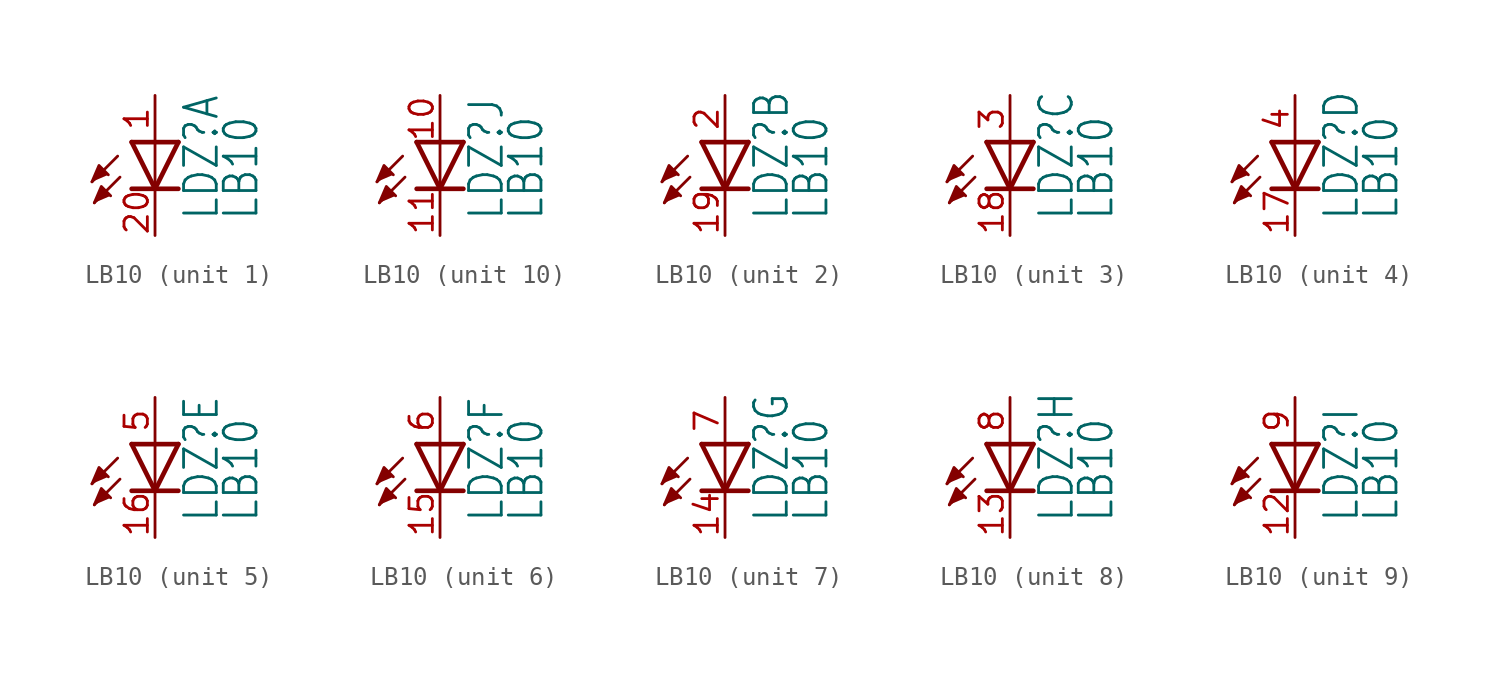
<source format=kicad_sym>
(kicad_symbol_lib
  (version 20211014)
  (generator kicad_symbol_editor)
  (symbol "LB10"
    (property "Reference" "LDZ"
      (at 3.556 -4.318 90)
      (effects (font (size 1.778 1.511)) (justify left bottom)))
    (property "Value" "LB10"
      (at 5.715 -4.318 90)
      (effects (font (size 1.778 1.511)) (justify left bottom)))
    (property "ki_locked" ""
      (at 0 0 0)
      (effects (font (size 1.27 1.27))))
    (symbol "LB10_1_0"
      (polyline (pts (xy -2.032 -0.762) (xy -3.429 -2.159)) (stroke (width 0.152) (type default) (color 0 0 0 0)) (fill (type none)))
      (polyline (pts (xy -1.905 -1.905) (xy -3.302 -3.302)) (stroke (width 0.152) (type default) (color 0 0 0 0)) (fill (type none)))
      (polyline (pts (xy 0 -2.54) (xy -1.27 -2.54)) (stroke (width 0.254) (type default) (color 0 0 0 0)) (fill (type none)))
      (polyline (pts (xy 0 -2.54) (xy -1.27 0)) (stroke (width 0.254) (type default) (color 0 0 0 0)) (fill (type none)))
      (polyline (pts (xy 0 0) (xy -1.27 0)) (stroke (width 0.254) (type default) (color 0 0 0 0)) (fill (type none)))
      (polyline (pts (xy 0 0) (xy 0 -2.54)) (stroke (width 0.152) (type default) (color 0 0 0 0)) (fill (type none)))
      (polyline (pts (xy 1.27 -2.54) (xy 0 -2.54)) (stroke (width 0.254) (type default) (color 0 0 0 0)) (fill (type none)))
      (polyline (pts (xy 1.27 0) (xy 0 -2.54)) (stroke (width 0.254) (type default) (color 0 0 0 0)) (fill (type none)))
      (polyline (pts (xy 1.27 0) (xy 0 0)) (stroke (width 0.254) (type default) (color 0 0 0 0)) (fill (type none)))
      (polyline (pts (xy -3.429 -2.159) (xy -3.048 -1.27) (xy -2.54 -1.778)) (stroke (width 0) (type default) (color 0 0 0 0)) (fill (type outline)))
      (polyline (pts (xy -3.302 -3.302) (xy -2.921 -2.413) (xy -2.413 -2.921)) (stroke (width 0) (type default) (color 0 0 0 0)) (fill (type outline)))
      (pin passive line (at 0 2.54 270) (length 2.54) (name "A" (effects (font (size 0 0)))) (number "1" (effects (font (size 1.27 1.27)))))
      (pin passive line (at 0 -5.08 90) (length 2.54) (name "C" (effects (font (size 0 0)))) (number "20" (effects (font (size 1.27 1.27))))))
    (symbol "LB10_2_0"
      (polyline (pts (xy -2.032 -0.762) (xy -3.429 -2.159)) (stroke (width 0.152) (type default) (color 0 0 0 0)) (fill (type none)))
      (polyline (pts (xy -1.905 -1.905) (xy -3.302 -3.302)) (stroke (width 0.152) (type default) (color 0 0 0 0)) (fill (type none)))
      (polyline (pts (xy 0 -2.54) (xy -1.27 -2.54)) (stroke (width 0.254) (type default) (color 0 0 0 0)) (fill (type none)))
      (polyline (pts (xy 0 -2.54) (xy -1.27 0)) (stroke (width 0.254) (type default) (color 0 0 0 0)) (fill (type none)))
      (polyline (pts (xy 0 0) (xy -1.27 0)) (stroke (width 0.254) (type default) (color 0 0 0 0)) (fill (type none)))
      (polyline (pts (xy 0 0) (xy 0 -2.54)) (stroke (width 0.152) (type default) (color 0 0 0 0)) (fill (type none)))
      (polyline (pts (xy 1.27 -2.54) (xy 0 -2.54)) (stroke (width 0.254) (type default) (color 0 0 0 0)) (fill (type none)))
      (polyline (pts (xy 1.27 0) (xy 0 -2.54)) (stroke (width 0.254) (type default) (color 0 0 0 0)) (fill (type none)))
      (polyline (pts (xy 1.27 0) (xy 0 0)) (stroke (width 0.254) (type default) (color 0 0 0 0)) (fill (type none)))
      (polyline (pts (xy -3.429 -2.159) (xy -3.048 -1.27) (xy -2.54 -1.778)) (stroke (width 0) (type default) (color 0 0 0 0)) (fill (type outline)))
      (polyline (pts (xy -3.302 -3.302) (xy -2.921 -2.413) (xy -2.413 -2.921)) (stroke (width 0) (type default) (color 0 0 0 0)) (fill (type outline)))
      (pin passive line (at 0 -5.08 90) (length 2.54) (name "C" (effects (font (size 0 0)))) (number "19" (effects (font (size 1.27 1.27)))))
      (pin passive line (at 0 2.54 270) (length 2.54) (name "A" (effects (font (size 0 0)))) (number "2" (effects (font (size 1.27 1.27))))))
    (symbol "LB10_3_0"
      (polyline (pts (xy -2.032 -0.762) (xy -3.429 -2.159)) (stroke (width 0.152) (type default) (color 0 0 0 0)) (fill (type none)))
      (polyline (pts (xy -1.905 -1.905) (xy -3.302 -3.302)) (stroke (width 0.152) (type default) (color 0 0 0 0)) (fill (type none)))
      (polyline (pts (xy 0 -2.54) (xy -1.27 -2.54)) (stroke (width 0.254) (type default) (color 0 0 0 0)) (fill (type none)))
      (polyline (pts (xy 0 -2.54) (xy -1.27 0)) (stroke (width 0.254) (type default) (color 0 0 0 0)) (fill (type none)))
      (polyline (pts (xy 0 0) (xy -1.27 0)) (stroke (width 0.254) (type default) (color 0 0 0 0)) (fill (type none)))
      (polyline (pts (xy 0 0) (xy 0 -2.54)) (stroke (width 0.152) (type default) (color 0 0 0 0)) (fill (type none)))
      (polyline (pts (xy 1.27 -2.54) (xy 0 -2.54)) (stroke (width 0.254) (type default) (color 0 0 0 0)) (fill (type none)))
      (polyline (pts (xy 1.27 0) (xy 0 -2.54)) (stroke (width 0.254) (type default) (color 0 0 0 0)) (fill (type none)))
      (polyline (pts (xy 1.27 0) (xy 0 0)) (stroke (width 0.254) (type default) (color 0 0 0 0)) (fill (type none)))
      (polyline (pts (xy -3.429 -2.159) (xy -3.048 -1.27) (xy -2.54 -1.778)) (stroke (width 0) (type default) (color 0 0 0 0)) (fill (type outline)))
      (polyline (pts (xy -3.302 -3.302) (xy -2.921 -2.413) (xy -2.413 -2.921)) (stroke (width 0) (type default) (color 0 0 0 0)) (fill (type outline)))
      (pin passive line (at 0 -5.08 90) (length 2.54) (name "C" (effects (font (size 0 0)))) (number "18" (effects (font (size 1.27 1.27)))))
      (pin passive line (at 0 2.54 270) (length 2.54) (name "A" (effects (font (size 0 0)))) (number "3" (effects (font (size 1.27 1.27))))))
    (symbol "LB10_4_0"
      (polyline (pts (xy -2.032 -0.762) (xy -3.429 -2.159)) (stroke (width 0.152) (type default) (color 0 0 0 0)) (fill (type none)))
      (polyline (pts (xy -1.905 -1.905) (xy -3.302 -3.302)) (stroke (width 0.152) (type default) (color 0 0 0 0)) (fill (type none)))
      (polyline (pts (xy 0 -2.54) (xy -1.27 -2.54)) (stroke (width 0.254) (type default) (color 0 0 0 0)) (fill (type none)))
      (polyline (pts (xy 0 -2.54) (xy -1.27 0)) (stroke (width 0.254) (type default) (color 0 0 0 0)) (fill (type none)))
      (polyline (pts (xy 0 0) (xy -1.27 0)) (stroke (width 0.254) (type default) (color 0 0 0 0)) (fill (type none)))
      (polyline (pts (xy 0 0) (xy 0 -2.54)) (stroke (width 0.152) (type default) (color 0 0 0 0)) (fill (type none)))
      (polyline (pts (xy 1.27 -2.54) (xy 0 -2.54)) (stroke (width 0.254) (type default) (color 0 0 0 0)) (fill (type none)))
      (polyline (pts (xy 1.27 0) (xy 0 -2.54)) (stroke (width 0.254) (type default) (color 0 0 0 0)) (fill (type none)))
      (polyline (pts (xy 1.27 0) (xy 0 0)) (stroke (width 0.254) (type default) (color 0 0 0 0)) (fill (type none)))
      (polyline (pts (xy -3.429 -2.159) (xy -3.048 -1.27) (xy -2.54 -1.778)) (stroke (width 0) (type default) (color 0 0 0 0)) (fill (type outline)))
      (polyline (pts (xy -3.302 -3.302) (xy -2.921 -2.413) (xy -2.413 -2.921)) (stroke (width 0) (type default) (color 0 0 0 0)) (fill (type outline)))
      (pin passive line (at 0 -5.08 90) (length 2.54) (name "C" (effects (font (size 0 0)))) (number "17" (effects (font (size 1.27 1.27)))))
      (pin passive line (at 0 2.54 270) (length 2.54) (name "A" (effects (font (size 0 0)))) (number "4" (effects (font (size 1.27 1.27))))))
    (symbol "LB10_5_0"
      (polyline (pts (xy -2.032 -0.762) (xy -3.429 -2.159)) (stroke (width 0.152) (type default) (color 0 0 0 0)) (fill (type none)))
      (polyline (pts (xy -1.905 -1.905) (xy -3.302 -3.302)) (stroke (width 0.152) (type default) (color 0 0 0 0)) (fill (type none)))
      (polyline (pts (xy 0 -2.54) (xy -1.27 -2.54)) (stroke (width 0.254) (type default) (color 0 0 0 0)) (fill (type none)))
      (polyline (pts (xy 0 -2.54) (xy -1.27 0)) (stroke (width 0.254) (type default) (color 0 0 0 0)) (fill (type none)))
      (polyline (pts (xy 0 0) (xy -1.27 0)) (stroke (width 0.254) (type default) (color 0 0 0 0)) (fill (type none)))
      (polyline (pts (xy 0 0) (xy 0 -2.54)) (stroke (width 0.152) (type default) (color 0 0 0 0)) (fill (type none)))
      (polyline (pts (xy 1.27 -2.54) (xy 0 -2.54)) (stroke (width 0.254) (type default) (color 0 0 0 0)) (fill (type none)))
      (polyline (pts (xy 1.27 0) (xy 0 -2.54)) (stroke (width 0.254) (type default) (color 0 0 0 0)) (fill (type none)))
      (polyline (pts (xy 1.27 0) (xy 0 0)) (stroke (width 0.254) (type default) (color 0 0 0 0)) (fill (type none)))
      (polyline (pts (xy -3.429 -2.159) (xy -3.048 -1.27) (xy -2.54 -1.778)) (stroke (width 0) (type default) (color 0 0 0 0)) (fill (type outline)))
      (polyline (pts (xy -3.302 -3.302) (xy -2.921 -2.413) (xy -2.413 -2.921)) (stroke (width 0) (type default) (color 0 0 0 0)) (fill (type outline)))
      (pin passive line (at 0 -5.08 90) (length 2.54) (name "C" (effects (font (size 0 0)))) (number "16" (effects (font (size 1.27 1.27)))))
      (pin passive line (at 0 2.54 270) (length 2.54) (name "A" (effects (font (size 0 0)))) (number "5" (effects (font (size 1.27 1.27))))))
    (symbol "LB10_6_0"
      (polyline (pts (xy -2.032 -0.762) (xy -3.429 -2.159)) (stroke (width 0.152) (type default) (color 0 0 0 0)) (fill (type none)))
      (polyline (pts (xy -1.905 -1.905) (xy -3.302 -3.302)) (stroke (width 0.152) (type default) (color 0 0 0 0)) (fill (type none)))
      (polyline (pts (xy 0 -2.54) (xy -1.27 -2.54)) (stroke (width 0.254) (type default) (color 0 0 0 0)) (fill (type none)))
      (polyline (pts (xy 0 -2.54) (xy -1.27 0)) (stroke (width 0.254) (type default) (color 0 0 0 0)) (fill (type none)))
      (polyline (pts (xy 0 0) (xy -1.27 0)) (stroke (width 0.254) (type default) (color 0 0 0 0)) (fill (type none)))
      (polyline (pts (xy 0 0) (xy 0 -2.54)) (stroke (width 0.152) (type default) (color 0 0 0 0)) (fill (type none)))
      (polyline (pts (xy 1.27 -2.54) (xy 0 -2.54)) (stroke (width 0.254) (type default) (color 0 0 0 0)) (fill (type none)))
      (polyline (pts (xy 1.27 0) (xy 0 -2.54)) (stroke (width 0.254) (type default) (color 0 0 0 0)) (fill (type none)))
      (polyline (pts (xy 1.27 0) (xy 0 0)) (stroke (width 0.254) (type default) (color 0 0 0 0)) (fill (type none)))
      (polyline (pts (xy -3.429 -2.159) (xy -3.048 -1.27) (xy -2.54 -1.778)) (stroke (width 0) (type default) (color 0 0 0 0)) (fill (type outline)))
      (polyline (pts (xy -3.302 -3.302) (xy -2.921 -2.413) (xy -2.413 -2.921)) (stroke (width 0) (type default) (color 0 0 0 0)) (fill (type outline)))
      (pin passive line (at 0 -5.08 90) (length 2.54) (name "C" (effects (font (size 0 0)))) (number "15" (effects (font (size 1.27 1.27)))))
      (pin passive line (at 0 2.54 270) (length 2.54) (name "A" (effects (font (size 0 0)))) (number "6" (effects (font (size 1.27 1.27))))))
    (symbol "LB10_7_0"
      (polyline (pts (xy -2.032 -0.762) (xy -3.429 -2.159)) (stroke (width 0.152) (type default) (color 0 0 0 0)) (fill (type none)))
      (polyline (pts (xy -1.905 -1.905) (xy -3.302 -3.302)) (stroke (width 0.152) (type default) (color 0 0 0 0)) (fill (type none)))
      (polyline (pts (xy 0 -2.54) (xy -1.27 -2.54)) (stroke (width 0.254) (type default) (color 0 0 0 0)) (fill (type none)))
      (polyline (pts (xy 0 -2.54) (xy -1.27 0)) (stroke (width 0.254) (type default) (color 0 0 0 0)) (fill (type none)))
      (polyline (pts (xy 0 0) (xy -1.27 0)) (stroke (width 0.254) (type default) (color 0 0 0 0)) (fill (type none)))
      (polyline (pts (xy 0 0) (xy 0 -2.54)) (stroke (width 0.152) (type default) (color 0 0 0 0)) (fill (type none)))
      (polyline (pts (xy 1.27 -2.54) (xy 0 -2.54)) (stroke (width 0.254) (type default) (color 0 0 0 0)) (fill (type none)))
      (polyline (pts (xy 1.27 0) (xy 0 -2.54)) (stroke (width 0.254) (type default) (color 0 0 0 0)) (fill (type none)))
      (polyline (pts (xy 1.27 0) (xy 0 0)) (stroke (width 0.254) (type default) (color 0 0 0 0)) (fill (type none)))
      (polyline (pts (xy -3.429 -2.159) (xy -3.048 -1.27) (xy -2.54 -1.778)) (stroke (width 0) (type default) (color 0 0 0 0)) (fill (type outline)))
      (polyline (pts (xy -3.302 -3.302) (xy -2.921 -2.413) (xy -2.413 -2.921)) (stroke (width 0) (type default) (color 0 0 0 0)) (fill (type outline)))
      (pin passive line (at 0 -5.08 90) (length 2.54) (name "C" (effects (font (size 0 0)))) (number "14" (effects (font (size 1.27 1.27)))))
      (pin passive line (at 0 2.54 270) (length 2.54) (name "A" (effects (font (size 0 0)))) (number "7" (effects (font (size 1.27 1.27))))))
    (symbol "LB10_8_0"
      (polyline (pts (xy -2.032 -0.762) (xy -3.429 -2.159)) (stroke (width 0.152) (type default) (color 0 0 0 0)) (fill (type none)))
      (polyline (pts (xy -1.905 -1.905) (xy -3.302 -3.302)) (stroke (width 0.152) (type default) (color 0 0 0 0)) (fill (type none)))
      (polyline (pts (xy 0 -2.54) (xy -1.27 -2.54)) (stroke (width 0.254) (type default) (color 0 0 0 0)) (fill (type none)))
      (polyline (pts (xy 0 -2.54) (xy -1.27 0)) (stroke (width 0.254) (type default) (color 0 0 0 0)) (fill (type none)))
      (polyline (pts (xy 0 0) (xy -1.27 0)) (stroke (width 0.254) (type default) (color 0 0 0 0)) (fill (type none)))
      (polyline (pts (xy 0 0) (xy 0 -2.54)) (stroke (width 0.152) (type default) (color 0 0 0 0)) (fill (type none)))
      (polyline (pts (xy 1.27 -2.54) (xy 0 -2.54)) (stroke (width 0.254) (type default) (color 0 0 0 0)) (fill (type none)))
      (polyline (pts (xy 1.27 0) (xy 0 -2.54)) (stroke (width 0.254) (type default) (color 0 0 0 0)) (fill (type none)))
      (polyline (pts (xy 1.27 0) (xy 0 0)) (stroke (width 0.254) (type default) (color 0 0 0 0)) (fill (type none)))
      (polyline (pts (xy -3.429 -2.159) (xy -3.048 -1.27) (xy -2.54 -1.778)) (stroke (width 0) (type default) (color 0 0 0 0)) (fill (type outline)))
      (polyline (pts (xy -3.302 -3.302) (xy -2.921 -2.413) (xy -2.413 -2.921)) (stroke (width 0) (type default) (color 0 0 0 0)) (fill (type outline)))
      (pin passive line (at 0 -5.08 90) (length 2.54) (name "C" (effects (font (size 0 0)))) (number "13" (effects (font (size 1.27 1.27)))))
      (pin passive line (at 0 2.54 270) (length 2.54) (name "A" (effects (font (size 0 0)))) (number "8" (effects (font (size 1.27 1.27))))))
    (symbol "LB10_9_0"
      (polyline (pts (xy -2.032 -0.762) (xy -3.429 -2.159)) (stroke (width 0.152) (type default) (color 0 0 0 0)) (fill (type none)))
      (polyline (pts (xy -1.905 -1.905) (xy -3.302 -3.302)) (stroke (width 0.152) (type default) (color 0 0 0 0)) (fill (type none)))
      (polyline (pts (xy 0 -2.54) (xy -1.27 -2.54)) (stroke (width 0.254) (type default) (color 0 0 0 0)) (fill (type none)))
      (polyline (pts (xy 0 -2.54) (xy -1.27 0)) (stroke (width 0.254) (type default) (color 0 0 0 0)) (fill (type none)))
      (polyline (pts (xy 0 0) (xy -1.27 0)) (stroke (width 0.254) (type default) (color 0 0 0 0)) (fill (type none)))
      (polyline (pts (xy 0 0) (xy 0 -2.54)) (stroke (width 0.152) (type default) (color 0 0 0 0)) (fill (type none)))
      (polyline (pts (xy 1.27 -2.54) (xy 0 -2.54)) (stroke (width 0.254) (type default) (color 0 0 0 0)) (fill (type none)))
      (polyline (pts (xy 1.27 0) (xy 0 -2.54)) (stroke (width 0.254) (type default) (color 0 0 0 0)) (fill (type none)))
      (polyline (pts (xy 1.27 0) (xy 0 0)) (stroke (width 0.254) (type default) (color 0 0 0 0)) (fill (type none)))
      (polyline (pts (xy -3.429 -2.159) (xy -3.048 -1.27) (xy -2.54 -1.778)) (stroke (width 0) (type default) (color 0 0 0 0)) (fill (type outline)))
      (polyline (pts (xy -3.302 -3.302) (xy -2.921 -2.413) (xy -2.413 -2.921)) (stroke (width 0) (type default) (color 0 0 0 0)) (fill (type outline)))
      (pin passive line (at 0 -5.08 90) (length 2.54) (name "C" (effects (font (size 0 0)))) (number "12" (effects (font (size 1.27 1.27)))))
      (pin passive line (at 0 2.54 270) (length 2.54) (name "A" (effects (font (size 0 0)))) (number "9" (effects (font (size 1.27 1.27))))))
    (symbol "LB10_10_0"
      (polyline (pts (xy -2.032 -0.762) (xy -3.429 -2.159)) (stroke (width 0.152) (type default) (color 0 0 0 0)) (fill (type none)))
      (polyline (pts (xy -1.905 -1.905) (xy -3.302 -3.302)) (stroke (width 0.152) (type default) (color 0 0 0 0)) (fill (type none)))
      (polyline (pts (xy 0 -2.54) (xy -1.27 -2.54)) (stroke (width 0.254) (type default) (color 0 0 0 0)) (fill (type none)))
      (polyline (pts (xy 0 -2.54) (xy -1.27 0)) (stroke (width 0.254) (type default) (color 0 0 0 0)) (fill (type none)))
      (polyline (pts (xy 0 0) (xy -1.27 0)) (stroke (width 0.254) (type default) (color 0 0 0 0)) (fill (type none)))
      (polyline (pts (xy 0 0) (xy 0 -2.54)) (stroke (width 0.152) (type default) (color 0 0 0 0)) (fill (type none)))
      (polyline (pts (xy 1.27 -2.54) (xy 0 -2.54)) (stroke (width 0.254) (type default) (color 0 0 0 0)) (fill (type none)))
      (polyline (pts (xy 1.27 0) (xy 0 -2.54)) (stroke (width 0.254) (type default) (color 0 0 0 0)) (fill (type none)))
      (polyline (pts (xy 1.27 0) (xy 0 0)) (stroke (width 0.254) (type default) (color 0 0 0 0)) (fill (type none)))
      (polyline (pts (xy -3.429 -2.159) (xy -3.048 -1.27) (xy -2.54 -1.778)) (stroke (width 0) (type default) (color 0 0 0 0)) (fill (type outline)))
      (polyline (pts (xy -3.302 -3.302) (xy -2.921 -2.413) (xy -2.413 -2.921)) (stroke (width 0) (type default) (color 0 0 0 0)) (fill (type outline)))
      (pin passive line (at 0 2.54 270) (length 2.54) (name "A" (effects (font (size 0 0)))) (number "10" (effects (font (size 1.27 1.27)))))
      (pin passive line (at 0 -5.08 90) (length 2.54) (name "C" (effects (font (size 0 0)))) (number "11" (effects (font (size 1.27 1.27))))))))
</source>
